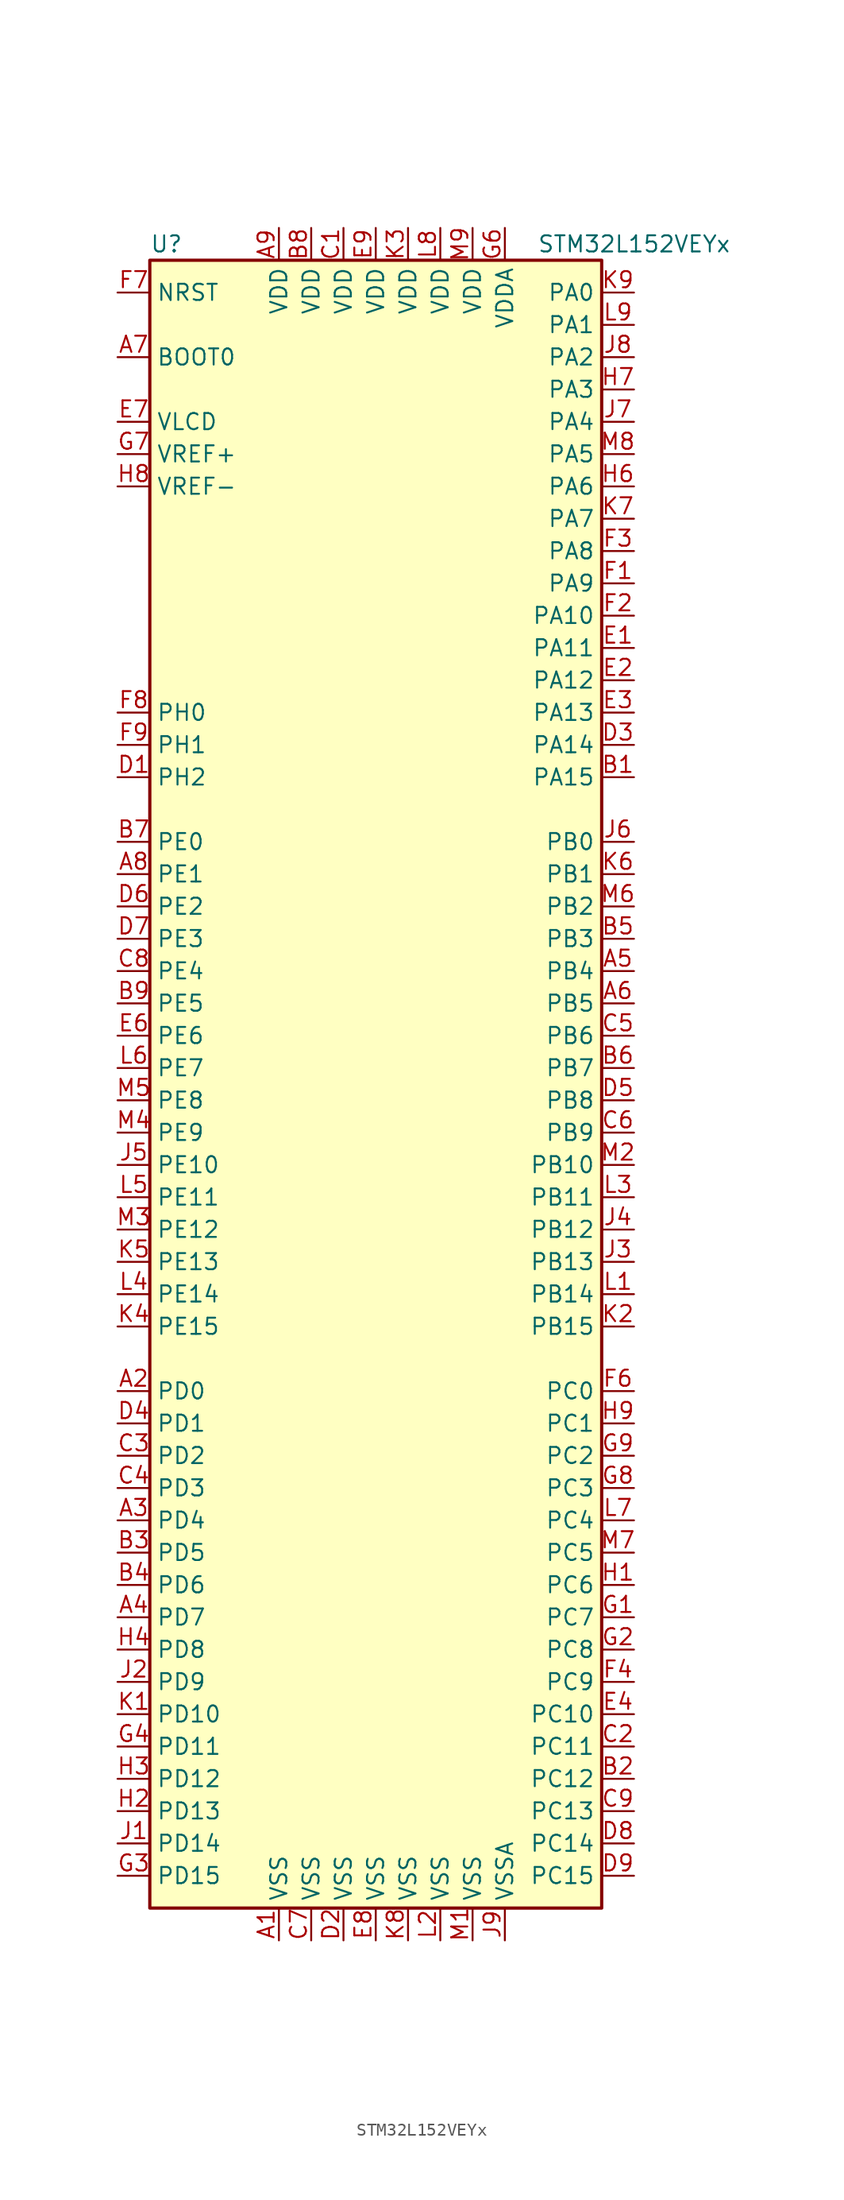
<source format=kicad_sym>
(kicad_symbol_lib
  (version 20201005)
  (generator kicad_symbol_editor)
  (symbol "STM32L152VEYx"
    (property "Reference" "U"
      (at -17.78 64.77 0)
      (effects (font (size 1.27 1.27)) (justify left)))
    (property "Value" "STM32L152VEYx"
      (at 12.7 64.77 0)
      (effects (font (size 1.27 1.27)) (justify left)))
    (symbol "STM32L152VEYx_0_1"
      (rectangle (start -17.78 -66.04) (end 17.78 63.5) (stroke (width 0.254)) (fill (type background))))
    (symbol "STM32L152VEYx_1_1"
      (pin power_in line (at -7.62 -68.58 90) (length 2.54) (name "VSS" (effects (font (size 1.27 1.27)))) (number "A1" (effects (font (size 1.27 1.27)))))
      (pin bidirectional line (at -20.32 -25.4 0) (length 2.54) (name "PD0" (effects (font (size 1.27 1.27)))) (number "A2" (effects (font (size 1.27 1.27)))))
      (pin bidirectional line (at -20.32 -35.56 0) (length 2.54) (name "PD4" (effects (font (size 1.27 1.27)))) (number "A3" (effects (font (size 1.27 1.27)))))
      (pin bidirectional line (at -20.32 -43.18 0) (length 2.54) (name "PD7" (effects (font (size 1.27 1.27)))) (number "A4" (effects (font (size 1.27 1.27)))))
      (pin bidirectional line (at 20.32 7.62 180) (length 2.54) (name "PB4" (effects (font (size 1.27 1.27)))) (number "A5" (effects (font (size 1.27 1.27)))))
      (pin bidirectional line (at 20.32 5.08 180) (length 2.54) (name "PB5" (effects (font (size 1.27 1.27)))) (number "A6" (effects (font (size 1.27 1.27)))))
      (pin input line (at -20.32 55.88 0) (length 2.54) (name "BOOT0" (effects (font (size 1.27 1.27)))) (number "A7" (effects (font (size 1.27 1.27)))))
      (pin bidirectional line (at -20.32 15.24 0) (length 2.54) (name "PE1" (effects (font (size 1.27 1.27)))) (number "A8" (effects (font (size 1.27 1.27)))))
      (pin power_in line (at -7.62 66.04 270) (length 2.54) (name "VDD" (effects (font (size 1.27 1.27)))) (number "A9" (effects (font (size 1.27 1.27)))))
      (pin bidirectional line (at 20.32 22.86 180) (length 2.54) (name "PA15" (effects (font (size 1.27 1.27)))) (number "B1" (effects (font (size 1.27 1.27)))))
      (pin bidirectional line (at 20.32 -55.88 180) (length 2.54) (name "PC12" (effects (font (size 1.27 1.27)))) (number "B2" (effects (font (size 1.27 1.27)))))
      (pin bidirectional line (at -20.32 -38.1 0) (length 2.54) (name "PD5" (effects (font (size 1.27 1.27)))) (number "B3" (effects (font (size 1.27 1.27)))))
      (pin bidirectional line (at -20.32 -40.64 0) (length 2.54) (name "PD6" (effects (font (size 1.27 1.27)))) (number "B4" (effects (font (size 1.27 1.27)))))
      (pin bidirectional line (at 20.32 10.16 180) (length 2.54) (name "PB3" (effects (font (size 1.27 1.27)))) (number "B5" (effects (font (size 1.27 1.27)))))
      (pin bidirectional line (at 20.32 0 180) (length 2.54) (name "PB7" (effects (font (size 1.27 1.27)))) (number "B6" (effects (font (size 1.27 1.27)))))
      (pin bidirectional line (at -20.32 17.78 0) (length 2.54) (name "PE0" (effects (font (size 1.27 1.27)))) (number "B7" (effects (font (size 1.27 1.27)))))
      (pin power_in line (at -5.08 66.04 270) (length 2.54) (name "VDD" (effects (font (size 1.27 1.27)))) (number "B8" (effects (font (size 1.27 1.27)))))
      (pin bidirectional line (at -20.32 5.08 0) (length 2.54) (name "PE5" (effects (font (size 1.27 1.27)))) (number "B9" (effects (font (size 1.27 1.27)))))
      (pin power_in line (at -2.54 66.04 270) (length 2.54) (name "VDD" (effects (font (size 1.27 1.27)))) (number "C1" (effects (font (size 1.27 1.27)))))
      (pin bidirectional line (at 20.32 -53.34 180) (length 2.54) (name "PC11" (effects (font (size 1.27 1.27)))) (number "C2" (effects (font (size 1.27 1.27)))))
      (pin bidirectional line (at -20.32 -30.48 0) (length 2.54) (name "PD2" (effects (font (size 1.27 1.27)))) (number "C3" (effects (font (size 1.27 1.27)))))
      (pin bidirectional line (at -20.32 -33.02 0) (length 2.54) (name "PD3" (effects (font (size 1.27 1.27)))) (number "C4" (effects (font (size 1.27 1.27)))))
      (pin bidirectional line (at 20.32 2.54 180) (length 2.54) (name "PB6" (effects (font (size 1.27 1.27)))) (number "C5" (effects (font (size 1.27 1.27)))))
      (pin bidirectional line (at 20.32 -5.08 180) (length 2.54) (name "PB9" (effects (font (size 1.27 1.27)))) (number "C6" (effects (font (size 1.27 1.27)))))
      (pin power_in line (at -5.08 -68.58 90) (length 2.54) (name "VSS" (effects (font (size 1.27 1.27)))) (number "C7" (effects (font (size 1.27 1.27)))))
      (pin bidirectional line (at -20.32 7.62 0) (length 2.54) (name "PE4" (effects (font (size 1.27 1.27)))) (number "C8" (effects (font (size 1.27 1.27)))))
      (pin bidirectional line (at 20.32 -58.42 180) (length 2.54) (name "PC13" (effects (font (size 1.27 1.27)))) (number "C9" (effects (font (size 1.27 1.27)))))
      (pin bidirectional line (at -20.32 22.86 0) (length 2.54) (name "PH2" (effects (font (size 1.27 1.27)))) (number "D1" (effects (font (size 1.27 1.27)))))
      (pin power_in line (at -2.54 -68.58 90) (length 2.54) (name "VSS" (effects (font (size 1.27 1.27)))) (number "D2" (effects (font (size 1.27 1.27)))))
      (pin bidirectional line (at 20.32 25.4 180) (length 2.54) (name "PA14" (effects (font (size 1.27 1.27)))) (number "D3" (effects (font (size 1.27 1.27)))))
      (pin bidirectional line (at -20.32 -27.94 0) (length 2.54) (name "PD1" (effects (font (size 1.27 1.27)))) (number "D4" (effects (font (size 1.27 1.27)))))
      (pin bidirectional line (at 20.32 -2.54 180) (length 2.54) (name "PB8" (effects (font (size 1.27 1.27)))) (number "D5" (effects (font (size 1.27 1.27)))))
      (pin bidirectional line (at -20.32 12.7 0) (length 2.54) (name "PE2" (effects (font (size 1.27 1.27)))) (number "D6" (effects (font (size 1.27 1.27)))))
      (pin bidirectional line (at -20.32 10.16 0) (length 2.54) (name "PE3" (effects (font (size 1.27 1.27)))) (number "D7" (effects (font (size 1.27 1.27)))))
      (pin bidirectional line (at 20.32 -60.96 180) (length 2.54) (name "PC14" (effects (font (size 1.27 1.27)))) (number "D8" (effects (font (size 1.27 1.27)))))
      (pin bidirectional line (at 20.32 -63.5 180) (length 2.54) (name "PC15" (effects (font (size 1.27 1.27)))) (number "D9" (effects (font (size 1.27 1.27)))))
      (pin bidirectional line (at 20.32 33.02 180) (length 2.54) (name "PA11" (effects (font (size 1.27 1.27)))) (number "E1" (effects (font (size 1.27 1.27)))))
      (pin bidirectional line (at 20.32 30.48 180) (length 2.54) (name "PA12" (effects (font (size 1.27 1.27)))) (number "E2" (effects (font (size 1.27 1.27)))))
      (pin bidirectional line (at 20.32 27.94 180) (length 2.54) (name "PA13" (effects (font (size 1.27 1.27)))) (number "E3" (effects (font (size 1.27 1.27)))))
      (pin bidirectional line (at 20.32 -50.8 180) (length 2.54) (name "PC10" (effects (font (size 1.27 1.27)))) (number "E4" (effects (font (size 1.27 1.27)))))
      (pin bidirectional line (at -20.32 2.54 0) (length 2.54) (name "PE6" (effects (font (size 1.27 1.27)))) (number "E6" (effects (font (size 1.27 1.27)))))
      (pin power_in line (at -20.32 50.8 0) (length 2.54) (name "VLCD" (effects (font (size 1.27 1.27)))) (number "E7" (effects (font (size 1.27 1.27)))))
      (pin power_in line (at 0 -68.58 90) (length 2.54) (name "VSS" (effects (font (size 1.27 1.27)))) (number "E8" (effects (font (size 1.27 1.27)))))
      (pin power_in line (at 0 66.04 270) (length 2.54) (name "VDD" (effects (font (size 1.27 1.27)))) (number "E9" (effects (font (size 1.27 1.27)))))
      (pin bidirectional line (at 20.32 38.1 180) (length 2.54) (name "PA9" (effects (font (size 1.27 1.27)))) (number "F1" (effects (font (size 1.27 1.27)))))
      (pin bidirectional line (at 20.32 35.56 180) (length 2.54) (name "PA10" (effects (font (size 1.27 1.27)))) (number "F2" (effects (font (size 1.27 1.27)))))
      (pin bidirectional line (at 20.32 40.64 180) (length 2.54) (name "PA8" (effects (font (size 1.27 1.27)))) (number "F3" (effects (font (size 1.27 1.27)))))
      (pin bidirectional line (at 20.32 -48.26 180) (length 2.54) (name "PC9" (effects (font (size 1.27 1.27)))) (number "F4" (effects (font (size 1.27 1.27)))))
      (pin bidirectional line (at 20.32 -25.4 180) (length 2.54) (name "PC0" (effects (font (size 1.27 1.27)))) (number "F6" (effects (font (size 1.27 1.27)))))
      (pin input line (at -20.32 60.96 0) (length 2.54) (name "NRST" (effects (font (size 1.27 1.27)))) (number "F7" (effects (font (size 1.27 1.27)))))
      (pin input line (at -20.32 27.94 0) (length 2.54) (name "PH0" (effects (font (size 1.27 1.27)))) (number "F8" (effects (font (size 1.27 1.27)))))
      (pin input line (at -20.32 25.4 0) (length 2.54) (name "PH1" (effects (font (size 1.27 1.27)))) (number "F9" (effects (font (size 1.27 1.27)))))
      (pin bidirectional line (at 20.32 -43.18 180) (length 2.54) (name "PC7" (effects (font (size 1.27 1.27)))) (number "G1" (effects (font (size 1.27 1.27)))))
      (pin bidirectional line (at 20.32 -45.72 180) (length 2.54) (name "PC8" (effects (font (size 1.27 1.27)))) (number "G2" (effects (font (size 1.27 1.27)))))
      (pin bidirectional line (at -20.32 -63.5 0) (length 2.54) (name "PD15" (effects (font (size 1.27 1.27)))) (number "G3" (effects (font (size 1.27 1.27)))))
      (pin bidirectional line (at -20.32 -53.34 0) (length 2.54) (name "PD11" (effects (font (size 1.27 1.27)))) (number "G4" (effects (font (size 1.27 1.27)))))
      (pin power_in line (at 10.16 66.04 270) (length 2.54) (name "VDDA" (effects (font (size 1.27 1.27)))) (number "G6" (effects (font (size 1.27 1.27)))))
      (pin power_in line (at -20.32 48.26 0) (length 2.54) (name "VREF+" (effects (font (size 1.27 1.27)))) (number "G7" (effects (font (size 1.27 1.27)))))
      (pin bidirectional line (at 20.32 -33.02 180) (length 2.54) (name "PC3" (effects (font (size 1.27 1.27)))) (number "G8" (effects (font (size 1.27 1.27)))))
      (pin bidirectional line (at 20.32 -30.48 180) (length 2.54) (name "PC2" (effects (font (size 1.27 1.27)))) (number "G9" (effects (font (size 1.27 1.27)))))
      (pin bidirectional line (at 20.32 -40.64 180) (length 2.54) (name "PC6" (effects (font (size 1.27 1.27)))) (number "H1" (effects (font (size 1.27 1.27)))))
      (pin bidirectional line (at -20.32 -58.42 0) (length 2.54) (name "PD13" (effects (font (size 1.27 1.27)))) (number "H2" (effects (font (size 1.27 1.27)))))
      (pin bidirectional line (at -20.32 -55.88 0) (length 2.54) (name "PD12" (effects (font (size 1.27 1.27)))) (number "H3" (effects (font (size 1.27 1.27)))))
      (pin bidirectional line (at -20.32 -45.72 0) (length 2.54) (name "PD8" (effects (font (size 1.27 1.27)))) (number "H4" (effects (font (size 1.27 1.27)))))
      (pin bidirectional line (at 20.32 45.72 180) (length 2.54) (name "PA6" (effects (font (size 1.27 1.27)))) (number "H6" (effects (font (size 1.27 1.27)))))
      (pin bidirectional line (at 20.32 53.34 180) (length 2.54) (name "PA3" (effects (font (size 1.27 1.27)))) (number "H7" (effects (font (size 1.27 1.27)))))
      (pin power_in line (at -20.32 45.72 0) (length 2.54) (name "VREF-" (effects (font (size 1.27 1.27)))) (number "H8" (effects (font (size 1.27 1.27)))))
      (pin bidirectional line (at 20.32 -27.94 180) (length 2.54) (name "PC1" (effects (font (size 1.27 1.27)))) (number "H9" (effects (font (size 1.27 1.27)))))
      (pin bidirectional line (at -20.32 -60.96 0) (length 2.54) (name "PD14" (effects (font (size 1.27 1.27)))) (number "J1" (effects (font (size 1.27 1.27)))))
      (pin bidirectional line (at -20.32 -48.26 0) (length 2.54) (name "PD9" (effects (font (size 1.27 1.27)))) (number "J2" (effects (font (size 1.27 1.27)))))
      (pin bidirectional line (at 20.32 -15.24 180) (length 2.54) (name "PB13" (effects (font (size 1.27 1.27)))) (number "J3" (effects (font (size 1.27 1.27)))))
      (pin bidirectional line (at 20.32 -12.7 180) (length 2.54) (name "PB12" (effects (font (size 1.27 1.27)))) (number "J4" (effects (font (size 1.27 1.27)))))
      (pin bidirectional line (at -20.32 -7.62 0) (length 2.54) (name "PE10" (effects (font (size 1.27 1.27)))) (number "J5" (effects (font (size 1.27 1.27)))))
      (pin bidirectional line (at 20.32 17.78 180) (length 2.54) (name "PB0" (effects (font (size 1.27 1.27)))) (number "J6" (effects (font (size 1.27 1.27)))))
      (pin bidirectional line (at 20.32 50.8 180) (length 2.54) (name "PA4" (effects (font (size 1.27 1.27)))) (number "J7" (effects (font (size 1.27 1.27)))))
      (pin bidirectional line (at 20.32 55.88 180) (length 2.54) (name "PA2" (effects (font (size 1.27 1.27)))) (number "J8" (effects (font (size 1.27 1.27)))))
      (pin power_in line (at 10.16 -68.58 90) (length 2.54) (name "VSSA" (effects (font (size 1.27 1.27)))) (number "J9" (effects (font (size 1.27 1.27)))))
      (pin bidirectional line (at -20.32 -50.8 0) (length 2.54) (name "PD10" (effects (font (size 1.27 1.27)))) (number "K1" (effects (font (size 1.27 1.27)))))
      (pin bidirectional line (at 20.32 -20.32 180) (length 2.54) (name "PB15" (effects (font (size 1.27 1.27)))) (number "K2" (effects (font (size 1.27 1.27)))))
      (pin power_in line (at 2.54 66.04 270) (length 2.54) (name "VDD" (effects (font (size 1.27 1.27)))) (number "K3" (effects (font (size 1.27 1.27)))))
      (pin bidirectional line (at -20.32 -20.32 0) (length 2.54) (name "PE15" (effects (font (size 1.27 1.27)))) (number "K4" (effects (font (size 1.27 1.27)))))
      (pin bidirectional line (at -20.32 -15.24 0) (length 2.54) (name "PE13" (effects (font (size 1.27 1.27)))) (number "K5" (effects (font (size 1.27 1.27)))))
      (pin bidirectional line (at 20.32 15.24 180) (length 2.54) (name "PB1" (effects (font (size 1.27 1.27)))) (number "K6" (effects (font (size 1.27 1.27)))))
      (pin bidirectional line (at 20.32 43.18 180) (length 2.54) (name "PA7" (effects (font (size 1.27 1.27)))) (number "K7" (effects (font (size 1.27 1.27)))))
      (pin power_in line (at 2.54 -68.58 90) (length 2.54) (name "VSS" (effects (font (size 1.27 1.27)))) (number "K8" (effects (font (size 1.27 1.27)))))
      (pin bidirectional line (at 20.32 60.96 180) (length 2.54) (name "PA0" (effects (font (size 1.27 1.27)))) (number "K9" (effects (font (size 1.27 1.27)))))
      (pin bidirectional line (at 20.32 -17.78 180) (length 2.54) (name "PB14" (effects (font (size 1.27 1.27)))) (number "L1" (effects (font (size 1.27 1.27)))))
      (pin power_in line (at 5.08 -68.58 90) (length 2.54) (name "VSS" (effects (font (size 1.27 1.27)))) (number "L2" (effects (font (size 1.27 1.27)))))
      (pin bidirectional line (at 20.32 -10.16 180) (length 2.54) (name "PB11" (effects (font (size 1.27 1.27)))) (number "L3" (effects (font (size 1.27 1.27)))))
      (pin bidirectional line (at -20.32 -17.78 0) (length 2.54) (name "PE14" (effects (font (size 1.27 1.27)))) (number "L4" (effects (font (size 1.27 1.27)))))
      (pin bidirectional line (at -20.32 -10.16 0) (length 2.54) (name "PE11" (effects (font (size 1.27 1.27)))) (number "L5" (effects (font (size 1.27 1.27)))))
      (pin bidirectional line (at -20.32 0 0) (length 2.54) (name "PE7" (effects (font (size 1.27 1.27)))) (number "L6" (effects (font (size 1.27 1.27)))))
      (pin bidirectional line (at 20.32 -35.56 180) (length 2.54) (name "PC4" (effects (font (size 1.27 1.27)))) (number "L7" (effects (font (size 1.27 1.27)))))
      (pin power_in line (at 5.08 66.04 270) (length 2.54) (name "VDD" (effects (font (size 1.27 1.27)))) (number "L8" (effects (font (size 1.27 1.27)))))
      (pin bidirectional line (at 20.32 58.42 180) (length 2.54) (name "PA1" (effects (font (size 1.27 1.27)))) (number "L9" (effects (font (size 1.27 1.27)))))
      (pin power_in line (at 7.62 -68.58 90) (length 2.54) (name "VSS" (effects (font (size 1.27 1.27)))) (number "M1" (effects (font (size 1.27 1.27)))))
      (pin bidirectional line (at 20.32 -7.62 180) (length 2.54) (name "PB10" (effects (font (size 1.27 1.27)))) (number "M2" (effects (font (size 1.27 1.27)))))
      (pin bidirectional line (at -20.32 -12.7 0) (length 2.54) (name "PE12" (effects (font (size 1.27 1.27)))) (number "M3" (effects (font (size 1.27 1.27)))))
      (pin bidirectional line (at -20.32 -5.08 0) (length 2.54) (name "PE9" (effects (font (size 1.27 1.27)))) (number "M4" (effects (font (size 1.27 1.27)))))
      (pin bidirectional line (at -20.32 -2.54 0) (length 2.54) (name "PE8" (effects (font (size 1.27 1.27)))) (number "M5" (effects (font (size 1.27 1.27)))))
      (pin bidirectional line (at 20.32 12.7 180) (length 2.54) (name "PB2" (effects (font (size 1.27 1.27)))) (number "M6" (effects (font (size 1.27 1.27)))))
      (pin bidirectional line (at 20.32 -38.1 180) (length 2.54) (name "PC5" (effects (font (size 1.27 1.27)))) (number "M7" (effects (font (size 1.27 1.27)))))
      (pin bidirectional line (at 20.32 48.26 180) (length 2.54) (name "PA5" (effects (font (size 1.27 1.27)))) (number "M8" (effects (font (size 1.27 1.27)))))
      (pin power_in line (at 7.62 66.04 270) (length 2.54) (name "VDD" (effects (font (size 1.27 1.27)))) (number "M9" (effects (font (size 1.27 1.27))))))))
</source>
